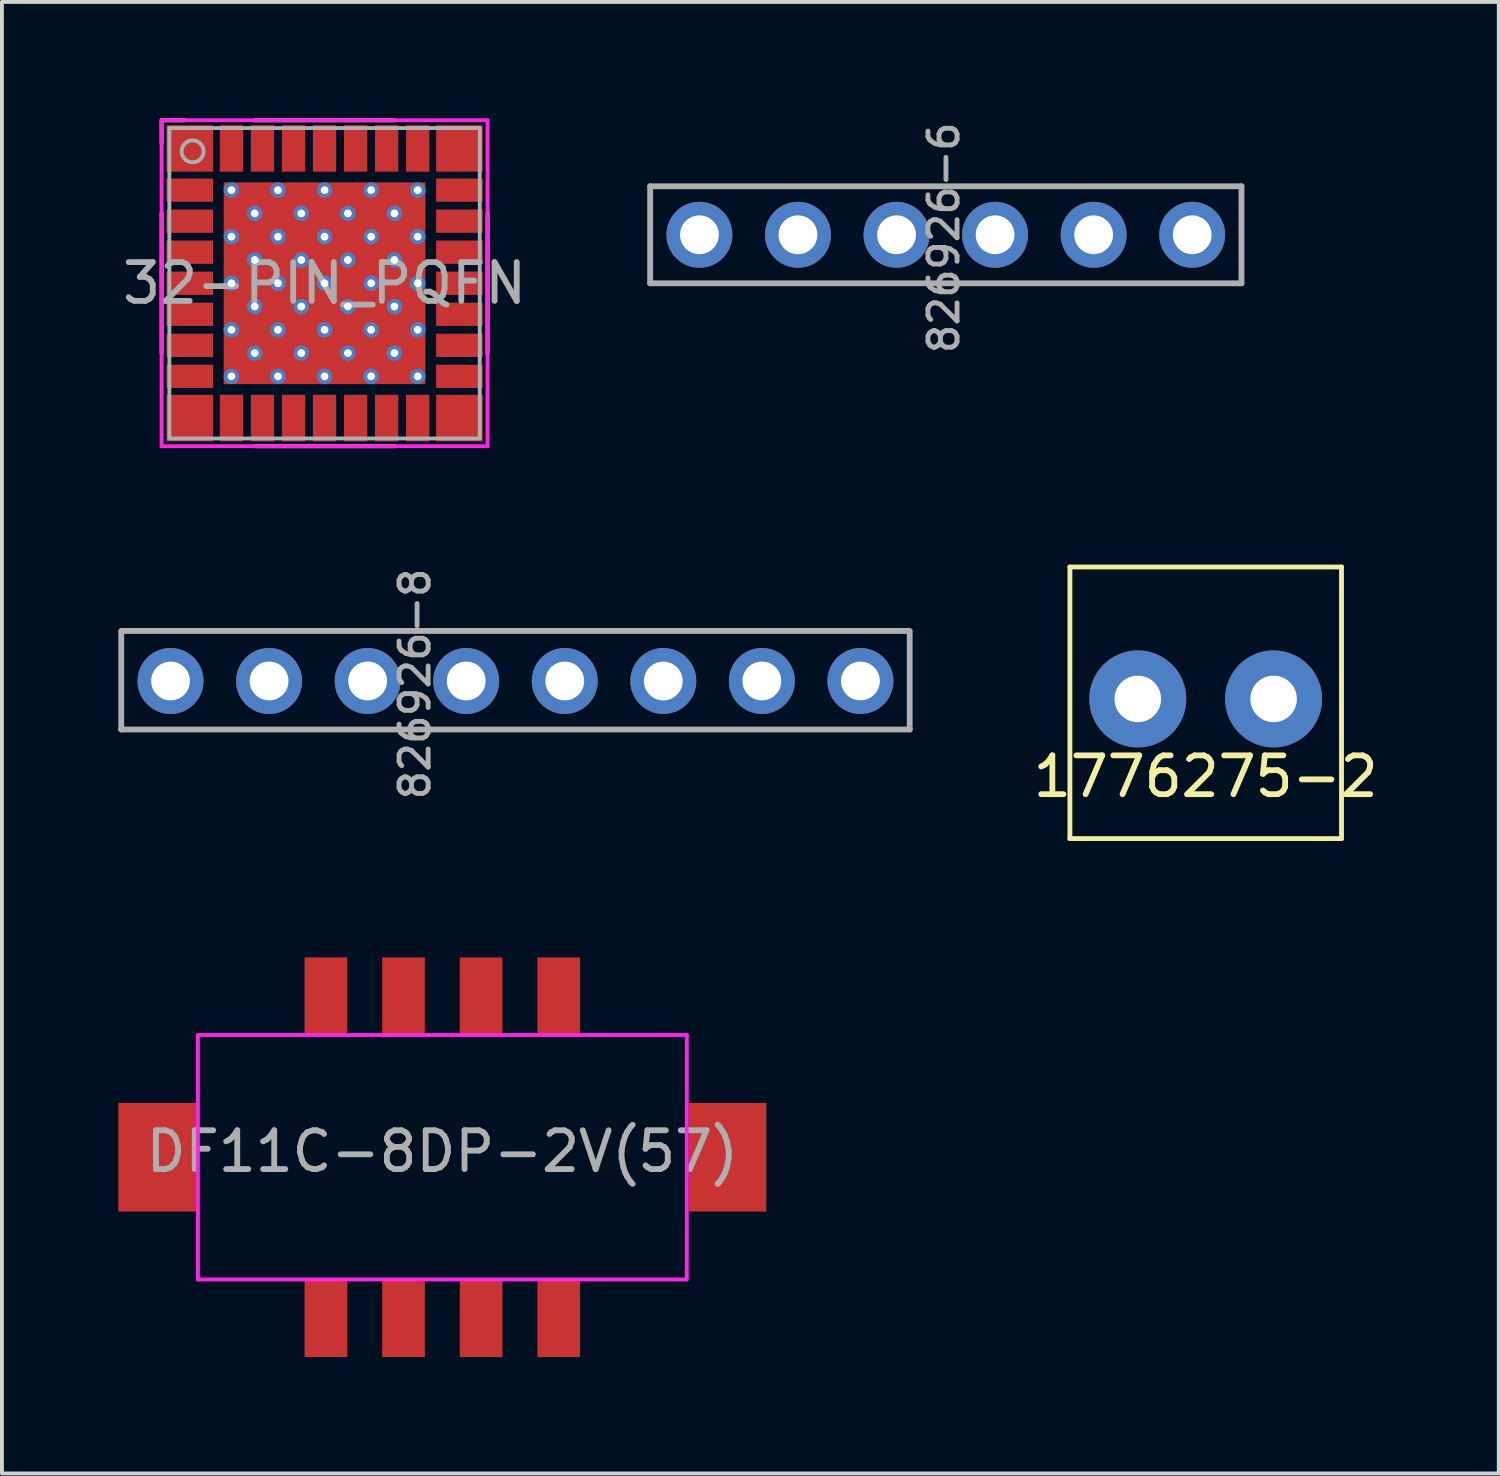
<source format=kicad_pcb>
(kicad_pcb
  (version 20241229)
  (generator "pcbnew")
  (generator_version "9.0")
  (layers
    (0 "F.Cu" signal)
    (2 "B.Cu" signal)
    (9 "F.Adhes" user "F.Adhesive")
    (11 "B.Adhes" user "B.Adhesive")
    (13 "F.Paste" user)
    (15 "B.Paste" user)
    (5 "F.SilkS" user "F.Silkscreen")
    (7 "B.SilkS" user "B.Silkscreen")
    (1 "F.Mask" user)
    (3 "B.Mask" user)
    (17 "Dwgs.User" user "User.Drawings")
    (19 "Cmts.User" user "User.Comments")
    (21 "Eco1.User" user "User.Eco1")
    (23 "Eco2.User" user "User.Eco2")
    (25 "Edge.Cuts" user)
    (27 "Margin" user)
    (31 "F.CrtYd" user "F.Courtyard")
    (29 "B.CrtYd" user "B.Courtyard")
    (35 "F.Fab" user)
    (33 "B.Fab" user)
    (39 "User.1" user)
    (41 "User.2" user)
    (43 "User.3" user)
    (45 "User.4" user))
  (footprint "1776275-2"
    (layer "F.Cu")
    (at 28.024 14.963)
    (property "Reference" "1776275-2" (at 0 2 0) (layer "F.SilkS") (effects (font (size 1 1) (thickness 0.15))))
    (attr through_hole)
    (fp_line (start -3.5 -3.4) (end -3.5 3.6) (stroke (width 0.125) (type solid)) (layer "F.SilkS"))
    (fp_line (start -3.5 3.6) (end 3.5 3.6) (stroke (width 0.125) (type solid)) (layer "F.SilkS"))
    (fp_line (start 3.5 -3.4) (end -3.5 -3.4) (stroke (width 0.125) (type solid)) (layer "F.SilkS"))
    (fp_line (start 3.5 3.6) (end 3.5 -3.4) (stroke (width 0.125) (type solid)) (layer "F.SilkS"))
    (pad "1" thru_hole circle (at -1.75 0) (size 2.5 2.5) (drill 1.2) (layers "*.Cu" "*.Mask"))
    (pad "2" thru_hole circle (at 1.75 0 180) (size 2.5 2.5) (drill 1.2) (layers "*.Cu" "*.Mask")))
  (footprint "826926-8"
    (layer "F.Cu")
    (at 10.235 14.501)
    (property "Reference" "826926-8" (at -2.591 0.076 270) (layer "F.Fab") (effects (font (size 0.75 0.75) (thickness 0.125))))
    (attr through_hole)
    (fp_line (start -10.16 -1.29) (end 10.16 -1.29) (stroke (width 0.15) (type solid)) (layer "F.Fab"))
    (fp_line (start -10.16 1.25) (end -10.16 -1.25) (stroke (width 0.15) (type solid)) (layer "F.Fab"))
    (fp_line (start 10.16 -1.25) (end 10.16 1.25) (stroke (width 0.15) (type solid)) (layer "F.Fab"))
    (fp_line (start 10.16 1.25) (end -10.16 1.25) (stroke (width 0.15) (type solid)) (layer "F.Fab"))
    (pad "1" thru_hole circle (at -8.89 0) (size 1.7 1.7) (drill 1) (layers "*.Cu" "*.Mask"))
    (pad "2" thru_hole circle (at -6.35 0) (size 1.7 1.7) (drill 1) (layers "*.Cu" "*.Mask"))
    (pad "3" thru_hole circle (at -3.81 0) (size 1.7 1.7) (drill 1) (layers "*.Cu" "*.Mask"))
    (pad "4" thru_hole circle (at -1.27 0) (size 1.7 1.7) (drill 1) (layers "*.Cu" "*.Mask"))
    (pad "5" thru_hole circle (at 1.27 0) (size 1.7 1.7) (drill 1) (layers "*.Cu" "*.Mask"))
    (pad "6" thru_hole circle (at 3.81 0) (size 1.7 1.7) (drill 1) (layers "*.Cu" "*.Mask"))
    (pad "7" thru_hole circle (at 6.35 0) (size 1.7 1.7) (drill 1) (layers "*.Cu" "*.Mask"))
    (pad "8" thru_hole circle (at 8.89 0) (size 1.7 1.7) (drill 1) (layers "*.Cu" "*.Mask")))
  (footprint "DF11C-8DP-2V(57)"
    (layer "F.Cu")
    (at 8.35 22.625)
    (property "Reference" "DF11C-8DP-2V(57)" (at 0 4 0) (layer "F.Fab") (effects (font (size 1 1) (thickness 0.15))))
    (attr through_hole)
    (fp_line (start -6.3 1) (end 6.3 1) (stroke (width 0.1) (type solid)) (layer "F.CrtYd"))
    (fp_line (start -6.3 7.3) (end -6.3 1) (stroke (width 0.1) (type solid)) (layer "F.CrtYd"))
    (fp_line (start 6.3 1) (end 6.3 7.3) (stroke (width 0.1) (type solid)) (layer "F.CrtYd"))
    (fp_line (start 6.3 7.3) (end -6.3 7.3) (stroke (width 0.1) (type solid)) (layer "F.CrtYd"))
    (pad "1" smd rect (at -3 0) (size 1.1 2) (layers "F.Cu" "F.Mask" "F.Paste"))
    (pad "2" smd rect (at -3 8.3) (size 1.1 2) (layers "F.Cu" "F.Mask" "F.Paste"))
    (pad "3" smd rect (at -1 0) (size 1.1 2) (layers "F.Cu" "F.Mask" "F.Paste"))
    (pad "4" smd rect (at -1 8.3) (size 1.1 2) (layers "F.Cu" "F.Mask" "F.Paste"))
    (pad "5" smd rect (at 1 0) (size 1.1 2) (layers "F.Cu" "F.Mask" "F.Paste"))
    (pad "6" smd rect (at 1 8.3) (size 1.1 2) (layers "F.Cu" "F.Mask" "F.Paste"))
    (pad "7" smd rect (at 3 0) (size 1.1 2) (layers "F.Cu" "F.Mask" "F.Paste"))
    (pad "8" smd rect (at 3 8.3) (size 1.1 2) (layers "F.Cu" "F.Mask" "F.Paste"))
    (pad "9" smd rect (at -7.35 4.15) (size 2 2.8) (layers "F.Cu" "F.Mask" "F.Paste"))
    (pad "9" smd rect (at 7.35 4.15) (size 2 2.8) (layers "F.Cu" "F.Mask" "F.Paste")))
  (footprint "32-PIN_PQFN"
    (layer "F.Cu")
    (at 5.315 4.25)
    (property "Reference" "32-PIN_PQFN" (at 0 0 0) (layer "F.Fab") (effects (font (size 1 1) (thickness 0.15))))
    (attr through_hole)
    (fp_line (start -4.2 -4.2) (end -3.6 -4.2) (stroke (width 0.1) (type solid)) (layer "F.SilkS"))
    (fp_line (start -4.2 -3.6) (end -4.2 -4.2) (stroke (width 0.1) (type solid)) (layer "F.SilkS"))
    (fp_line (start -4.2 1.8) (end -4.2 -1.8) (stroke (width 0.1) (type solid)) (layer "F.SilkS"))
    (fp_line (start -1.8 -4.2) (end 1.8 -4.2) (stroke (width 0.1) (type solid)) (layer "F.SilkS"))
    (fp_line (start 1.8 4.2) (end -1.8 4.2) (stroke (width 0.1) (type solid)) (layer "F.SilkS"))
    (fp_line (start 4.2 -1.8) (end 4.2 1.8) (stroke (width 0.1) (type solid)) (layer "F.SilkS"))
    (fp_line (start -4.2 -4.2) (end 4.2 -4.2) (stroke (width 0.1) (type solid)) (layer "F.CrtYd"))
    (fp_line (start -4.2 4.2) (end -4.2 -4.2) (stroke (width 0.1) (type solid)) (layer "F.CrtYd"))
    (fp_line (start 4.2 -4.2) (end 4.2 4.2) (stroke (width 0.1) (type solid)) (layer "F.CrtYd"))
    (fp_line (start 4.2 4.2) (end -4.2 4.2) (stroke (width 0.1) (type solid)) (layer "F.CrtYd"))
    (fp_line (start -4 -4) (end 4 -4) (stroke (width 0.1) (type solid)) (layer "F.Fab"))
    (fp_line (start -4 4) (end -4 -4) (stroke (width 0.1) (type solid)) (layer "F.Fab"))
    (fp_line (start 4 -4) (end 4 4) (stroke (width 0.1) (type solid)) (layer "F.Fab"))
    (fp_line (start 4 4) (end -4 4) (stroke (width 0.1) (type solid)) (layer "F.Fab"))
    (fp_circle (center -3.4 -3.4) (end -3.2 -3.2) (stroke (width 0.1) (type solid)) (fill no) (layer "F.Fab"))
    (pad "1" smd rect (at -3.475 -3.475) (size 1.2 1.2) (layers "F.Cu" "F.Mask" "F.Paste"))
    (pad "2" smd rect (at -3.475 -2.4) (size 1.2 0.6) (layers "F.Cu" "F.Mask" "F.Paste"))
    (pad "3" smd rect (at -3.475 -1.6) (size 1.2 0.6) (layers "F.Cu" "F.Mask" "F.Paste"))
    (pad "4" smd rect (at -3.475 -0.8) (size 1.2 0.6) (layers "F.Cu" "F.Mask" "F.Paste"))
    (pad "5" smd rect (at -3.475 0) (size 1.2 0.6) (layers "F.Cu" "F.Mask" "F.Paste"))
    (pad "6" smd rect (at -3.475 0.8) (size 1.2 0.6) (layers "F.Cu" "F.Mask" "F.Paste"))
    (pad "7" smd rect (at -3.475 1.6) (size 1.2 0.6) (layers "F.Cu" "F.Mask" "F.Paste"))
    (pad "8" smd rect (at -3.475 2.4) (size 1.2 0.6) (layers "F.Cu" "F.Mask" "F.Paste"))
    (pad "9" smd rect (at -3.475 3.475) (size 1.2 1.2) (layers "F.Cu" "F.Mask" "F.Paste"))
    (pad "10" smd rect (at -2.4 3.475 270) (size 1.2 0.6) (layers "F.Cu" "F.Mask" "F.Paste"))
    (pad "11" smd rect (at -1.6 3.475 270) (size 1.2 0.6) (layers "F.Cu" "F.Mask" "F.Paste"))
    (pad "12" smd rect (at -0.8 3.475 270) (size 1.2 0.6) (layers "F.Cu" "F.Mask" "F.Paste"))
    (pad "13" smd rect (at 0 3.475 270) (size 1.2 0.6) (layers "F.Cu" "F.Mask" "F.Paste"))
    (pad "14" smd rect (at 0.8 3.475 270) (size 1.2 0.6) (layers "F.Cu" "F.Mask" "F.Paste"))
    (pad "15" smd rect (at 1.6 3.475 270) (size 1.2 0.6) (layers "F.Cu" "F.Mask" "F.Paste"))
    (pad "16" smd rect (at 2.4 3.475 270) (size 1.2 0.6) (layers "F.Cu" "F.Mask" "F.Paste"))
    (pad "17" smd rect (at 3.475 3.475) (size 1.2 1.2) (layers "F.Cu" "F.Mask" "F.Paste"))
    (pad "18" smd rect (at 3.475 2.4) (size 1.2 0.6) (layers "F.Cu" "F.Mask" "F.Paste"))
    (pad "19" smd rect (at 3.475 1.6) (size 1.2 0.6) (layers "F.Cu" "F.Mask" "F.Paste"))
    (pad "20" smd rect (at 3.475 0.8) (size 1.2 0.6) (layers "F.Cu" "F.Mask" "F.Paste"))
    (pad "21" smd rect (at 3.475 0) (size 1.2 0.6) (layers "F.Cu" "F.Mask" "F.Paste"))
    (pad "22" smd rect (at 3.475 -0.8) (size 1.2 0.6) (layers "F.Cu" "F.Mask" "F.Paste"))
    (pad "23" smd rect (at 3.475 -1.6) (size 1.2 0.6) (layers "F.Cu" "F.Mask" "F.Paste"))
    (pad "24" smd rect (at 3.475 -2.4) (size 1.2 0.6) (layers "F.Cu" "F.Mask" "F.Paste"))
    (pad "25" smd rect (at 3.475 -3.475) (size 1.2 1.2) (layers "F.Cu" "F.Mask" "F.Paste"))
    (pad "26" smd rect (at 2.4 -3.475 270) (size 1.2 0.6) (layers "F.Cu" "F.Mask" "F.Paste"))
    (pad "27" smd rect (at 1.6 -3.475 270) (size 1.2 0.6) (layers "F.Cu" "F.Mask" "F.Paste"))
    (pad "28" smd rect (at 0.8 -3.475 270) (size 1.2 0.6) (layers "F.Cu" "F.Mask" "F.Paste"))
    (pad "29" smd rect (at 0 -3.475 270) (size 1.2 0.6) (layers "F.Cu" "F.Mask" "F.Paste"))
    (pad "30" smd rect (at -0.8 -3.475 270) (size 1.2 0.6) (layers "F.Cu" "F.Mask" "F.Paste"))
    (pad "31" smd rect (at -1.6 -3.475 270) (size 1.2 0.6) (layers "F.Cu" "F.Mask" "F.Paste"))
    (pad "32" smd rect (at -2.4 -3.475 270) (size 1.2 0.6) (layers "F.Cu" "F.Mask" "F.Paste"))
    (pad "33" thru_hole circle (at -2.4 -2.4) (size 0.4 0.4) (drill 0.2) (layers "*.Cu" "*.Mask"))
    (pad "33" thru_hole circle (at -2.4 -1.2) (size 0.4 0.4) (drill 0.2) (layers "*.Cu" "*.Mask"))
    (pad "33" thru_hole circle (at -2.4 0) (size 0.4 0.4) (drill 0.2) (layers "*.Cu" "*.Mask"))
    (pad "33" thru_hole circle (at -2.4 1.2) (size 0.4 0.4) (drill 0.2) (layers "*.Cu" "*.Mask"))
    (pad "33" thru_hole circle (at -2.4 2.4) (size 0.4 0.4) (drill 0.2) (layers "*.Cu" "*.Mask"))
    (pad "33" thru_hole circle (at -1.8 -1.8) (size 0.4 0.4) (drill 0.2) (layers "*.Cu" "*.Mask"))
    (pad "33" thru_hole circle (at -1.8 -0.6) (size 0.4 0.4) (drill 0.2) (layers "*.Cu" "*.Mask"))
    (pad "33" thru_hole circle (at -1.8 0.6) (size 0.4 0.4) (drill 0.2) (layers "*.Cu" "*.Mask"))
    (pad "33" thru_hole circle (at -1.8 1.8) (size 0.4 0.4) (drill 0.2) (layers "*.Cu" "*.Mask"))
    (pad "33" thru_hole circle (at -1.2 -2.4) (size 0.4 0.4) (drill 0.2) (layers "*.Cu" "*.Mask"))
    (pad "33" thru_hole circle (at -1.2 -1.2) (size 0.4 0.4) (drill 0.2) (layers "*.Cu" "*.Mask"))
    (pad "33" thru_hole circle (at -1.2 0) (size 0.4 0.4) (drill 0.2) (layers "*.Cu" "*.Mask"))
    (pad "33" thru_hole circle (at -1.2 1.2) (size 0.4 0.4) (drill 0.2) (layers "*.Cu" "*.Mask"))
    (pad "33" thru_hole circle (at -1.2 2.4) (size 0.4 0.4) (drill 0.2) (layers "*.Cu" "*.Mask"))
    (pad "33" thru_hole circle (at -0.6 -1.8) (size 0.4 0.4) (drill 0.2) (layers "*.Cu" "*.Mask"))
    (pad "33" thru_hole circle (at -0.6 -0.6) (size 0.4 0.4) (drill 0.2) (layers "*.Cu" "*.Mask"))
    (pad "33" thru_hole circle (at -0.6 0.6) (size 0.4 0.4) (drill 0.2) (layers "*.Cu" "*.Mask"))
    (pad "33" thru_hole circle (at -0.6 1.8) (size 0.4 0.4) (drill 0.2) (layers "*.Cu" "*.Mask"))
    (pad "33" thru_hole circle (at 0 -2.4) (size 0.4 0.4) (drill 0.2) (layers "*.Cu" "*.Mask"))
    (pad "33" thru_hole circle (at 0 -1.2) (size 0.4 0.4) (drill 0.2) (layers "*.Cu" "*.Mask"))
    (pad "33" thru_hole circle (at 0 0) (size 0.4 0.4) (drill 0.2) (layers "*.Cu" "*.Mask"))
    (pad "33" smd rect (at 0 0) (size 5.2 5.2) (layers "F.Cu" "F.Mask" "F.Paste"))
    (pad "33" thru_hole circle (at 0 1.2) (size 0.4 0.4) (drill 0.2) (layers "*.Cu" "*.Mask"))
    (pad "33" thru_hole circle (at 0 2.4) (size 0.4 0.4) (drill 0.2) (layers "*.Cu" "*.Mask"))
    (pad "33" thru_hole circle (at 0.6 -1.8) (size 0.4 0.4) (drill 0.2) (layers "*.Cu" "*.Mask"))
    (pad "33" thru_hole circle (at 0.6 -0.6) (size 0.4 0.4) (drill 0.2) (layers "*.Cu" "*.Mask"))
    (pad "33" thru_hole circle (at 0.6 0.6) (size 0.4 0.4) (drill 0.2) (layers "*.Cu" "*.Mask"))
    (pad "33" thru_hole circle (at 0.6 1.8) (size 0.4 0.4) (drill 0.2) (layers "*.Cu" "*.Mask"))
    (pad "33" thru_hole circle (at 1.2 -2.4) (size 0.4 0.4) (drill 0.2) (layers "*.Cu" "*.Mask"))
    (pad "33" thru_hole circle (at 1.2 -1.2) (size 0.4 0.4) (drill 0.2) (layers "*.Cu" "*.Mask"))
    (pad "33" thru_hole circle (at 1.2 0) (size 0.4 0.4) (drill 0.2) (layers "*.Cu" "*.Mask"))
    (pad "33" thru_hole circle (at 1.2 1.2) (size 0.4 0.4) (drill 0.2) (layers "*.Cu" "*.Mask"))
    (pad "33" thru_hole circle (at 1.2 2.4) (size 0.4 0.4) (drill 0.2) (layers "*.Cu" "*.Mask"))
    (pad "33" thru_hole circle (at 1.8 -1.8) (size 0.4 0.4) (drill 0.2) (layers "*.Cu" "*.Mask"))
    (pad "33" thru_hole circle (at 1.8 -0.6) (size 0.4 0.4) (drill 0.2) (layers "*.Cu" "*.Mask"))
    (pad "33" thru_hole circle (at 1.8 0.6) (size 0.4 0.4) (drill 0.2) (layers "*.Cu" "*.Mask"))
    (pad "33" thru_hole circle (at 1.8 1.8) (size 0.4 0.4) (drill 0.2) (layers "*.Cu" "*.Mask"))
    (pad "33" thru_hole circle (at 2.4 -2.4) (size 0.4 0.4) (drill 0.2) (layers "*.Cu" "*.Mask"))
    (pad "33" thru_hole circle (at 2.4 -1.2) (size 0.4 0.4) (drill 0.2) (layers "*.Cu" "*.Mask"))
    (pad "33" thru_hole circle (at 2.4 0) (size 0.4 0.4) (drill 0.2) (layers "*.Cu" "*.Mask"))
    (pad "33" thru_hole circle (at 2.4 1.2) (size 0.4 0.4) (drill 0.2) (layers "*.Cu" "*.Mask"))
    (pad "33" thru_hole circle (at 2.4 2.4) (size 0.4 0.4) (drill 0.2) (layers "*.Cu" "*.Mask")))
  (footprint "826926-6"
    (layer "F.Cu")
    (at 21.326 3.001)
    (property "Reference" "826926-6" (at -0.051 0.076 270) (layer "F.Fab") (effects (font (size 0.75 0.75) (thickness 0.125))))
    (attr through_hole)
    (fp_line (start -7.62 -1.25) (end 7.62 -1.25) (stroke (width 0.15) (type solid)) (layer "F.Fab"))
    (fp_line (start -7.62 1.25) (end -7.62 -1.25) (stroke (width 0.15) (type solid)) (layer "F.Fab"))
    (fp_line (start 7.62 -1.25) (end 7.62 1.25) (stroke (width 0.15) (type solid)) (layer "F.Fab"))
    (fp_line (start 7.62 1.25) (end -7.62 1.25) (stroke (width 0.15) (type solid)) (layer "F.Fab"))
    (pad "1" thru_hole circle (at -6.35 0) (size 1.7 1.7) (drill 1) (layers "*.Cu" "*.Mask"))
    (pad "2" thru_hole circle (at -3.81 0) (size 1.7 1.7) (drill 1) (layers "*.Cu" "*.Mask"))
    (pad "3" thru_hole circle (at -1.27 0) (size 1.7 1.7) (drill 1) (layers "*.Cu" "*.Mask"))
    (pad "4" thru_hole circle (at 1.27 0) (size 1.7 1.7) (drill 1) (layers "*.Cu" "*.Mask"))
    (pad "5" thru_hole circle (at 3.81 0) (size 1.7 1.7) (drill 1) (layers "*.Cu" "*.Mask"))
    (pad "6" thru_hole circle (at 6.35 0) (size 1.7 1.7) (drill 1) (layers "*.Cu" "*.Mask")))
  (gr_rect
    (start -3 -3)
    (end 35.577 34.925)
    (stroke (width 0.1) (type default))
    (fill no)
    (layer "Edge.Cuts")))
</source>
